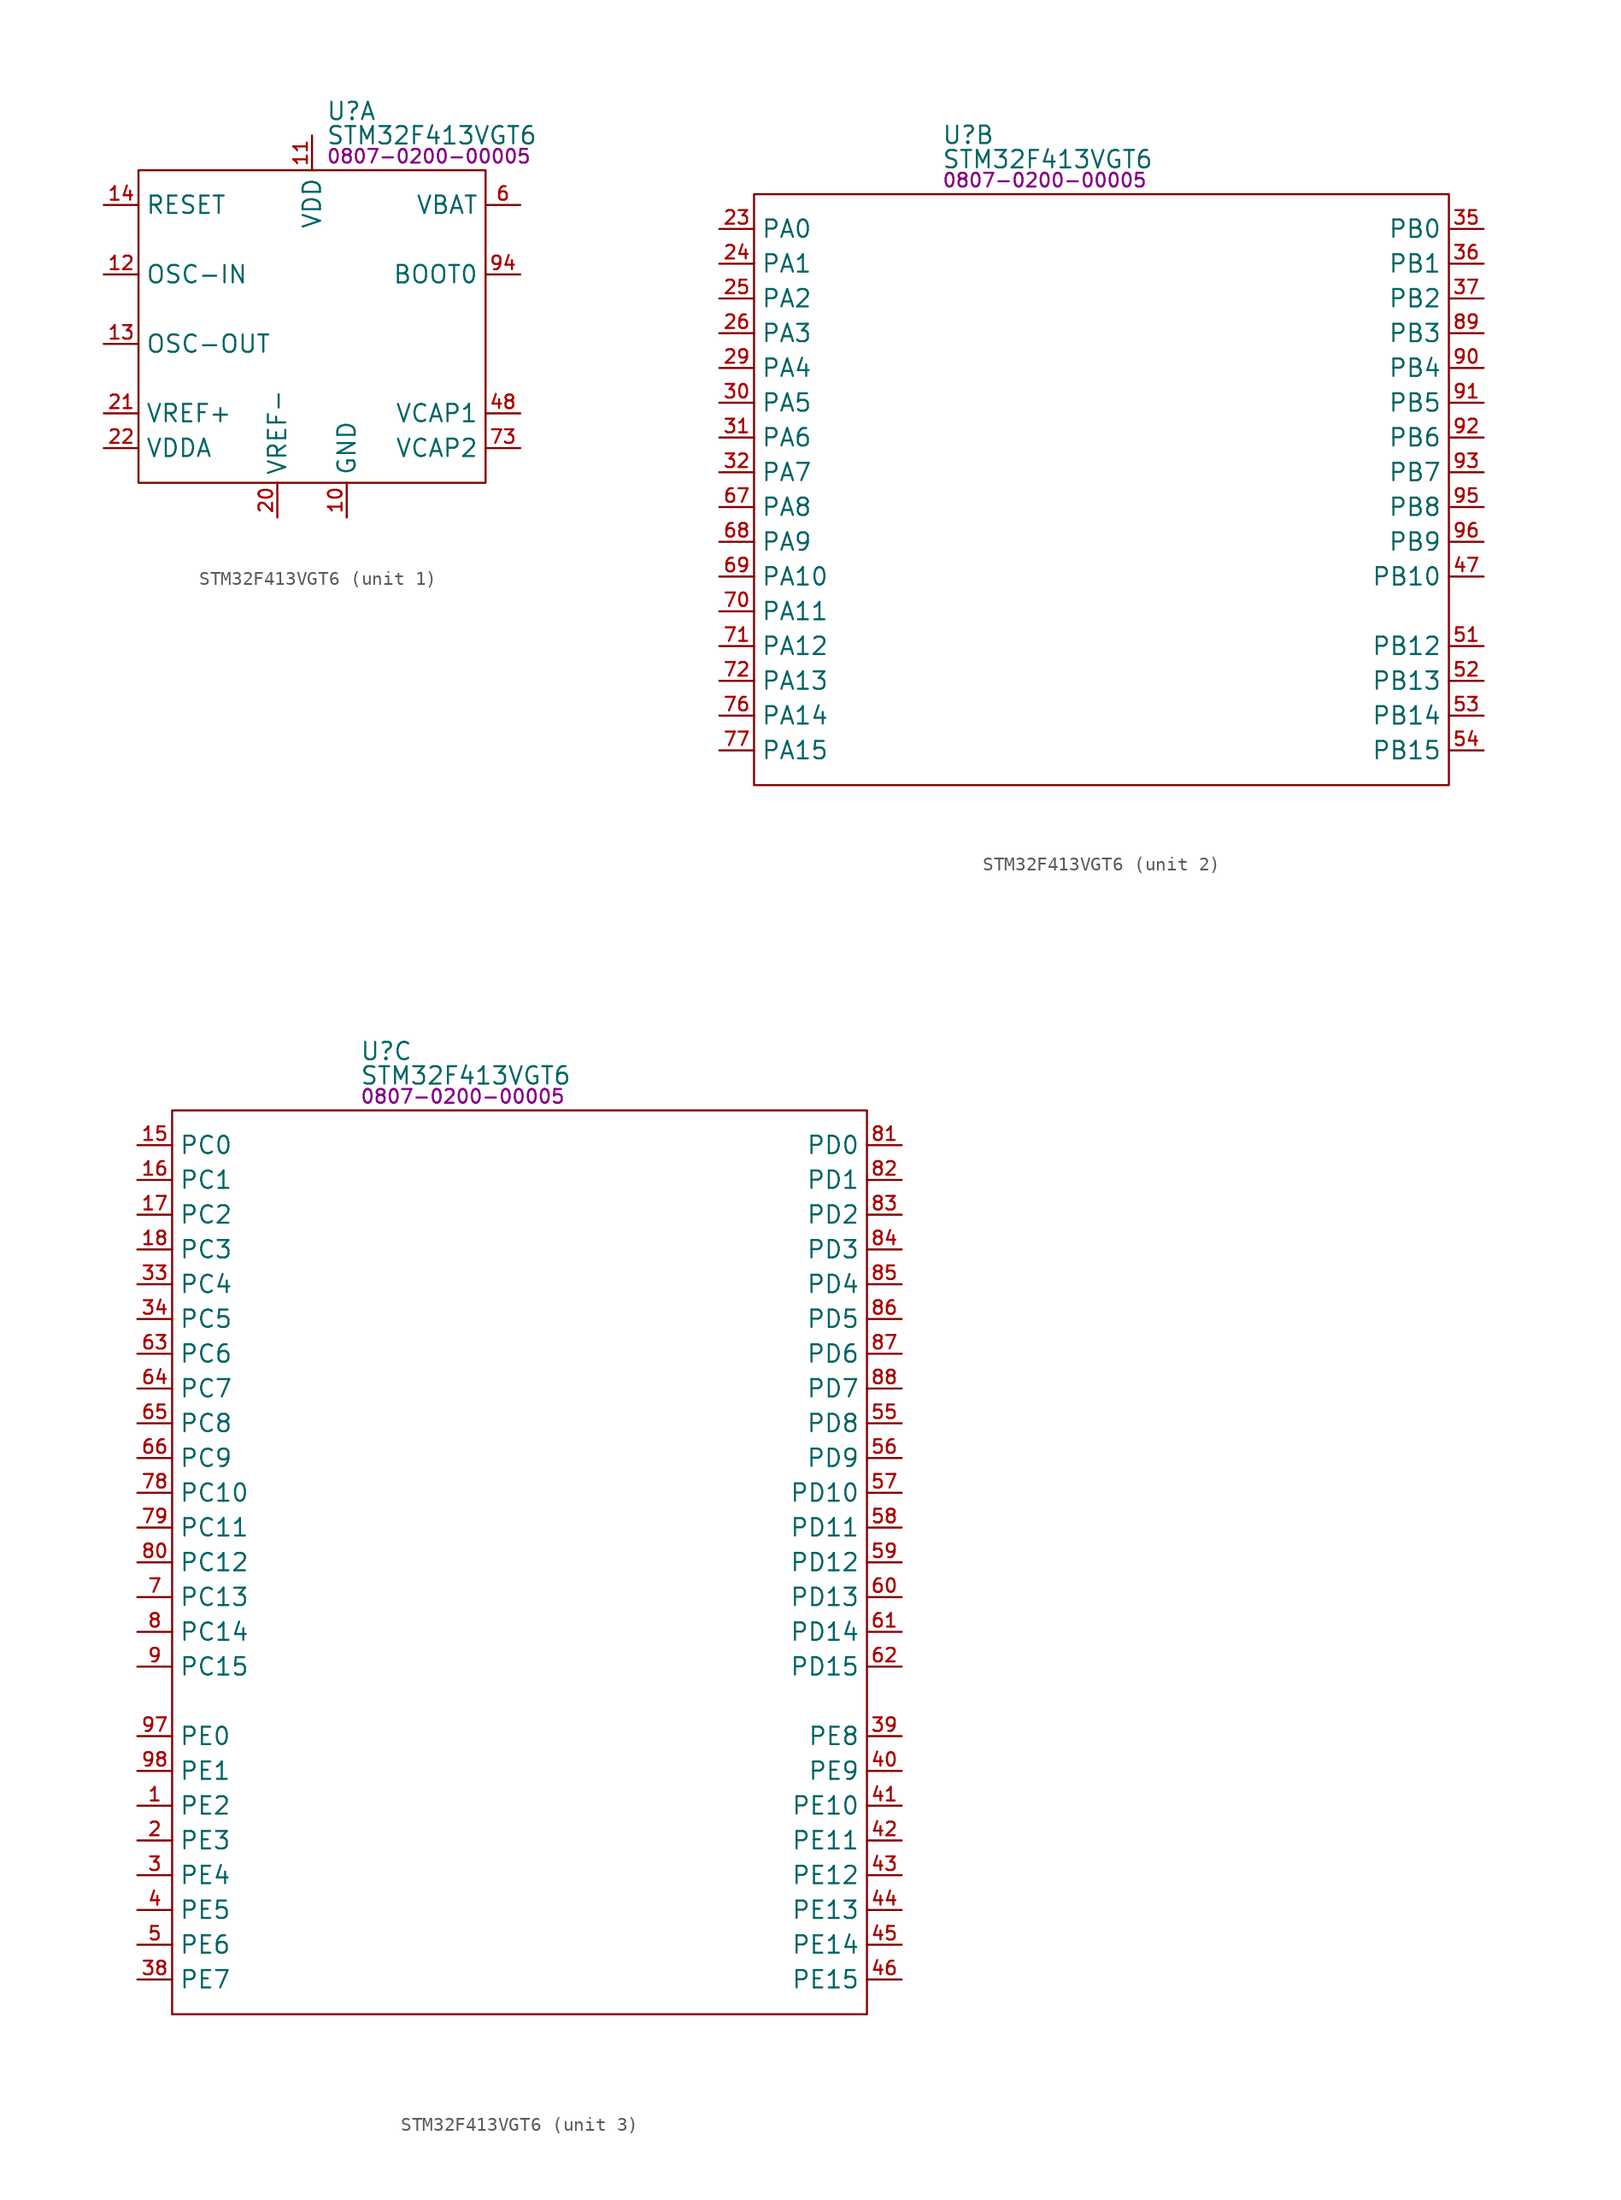
<source format=kicad_sym>
(kicad_symbol_lib
  (version 20231120)
  (generator "kicad_symbol_editor")
  (generator_version "8.0")
  (symbol "STM32F413VGT6"
    (property "Reference" "U"
      (at 13.716 4.318 0)
      (effects (font (size 1.27 1.27)) (justify left)))
    (property "Value" "STM32F413VGT6"
      (at 13.716 2.54 0)
      (effects (font (size 1.27 1.27)) (justify left)))
    (property "PartNumber" "0807-0200-00005"
      (at 13.716 1.016 0)
      (effects (font (size 1 1)) (justify left)))
    (property "ki_locked" ""
      (at 0 0 0)
      (effects (font (size 1.27 1.27))))
    (symbol "STM32F413VGT6_1_0"
      (pin power_in line (at 15.24 -25.4 90) (length 2.54) (name "GND" (effects (font (size 1.27 1.27)))) (number "10" (effects (font (size 0.991 0.991)))))
      (pin power_in line (at 12.7 2.54 270) (length 2.54) hide (name "VDD" (effects (font (size 1.27 1.27)))) (number "100" (effects (font (size 0.991 0.991)))))
      (pin power_in line (at 12.7 2.54 270) (length 2.54) (name "VDD" (effects (font (size 1.27 1.27)))) (number "11" (effects (font (size 0.991 0.991)))))
      (pin input line (at -2.54 -7.62 0) (length 2.54) (name "OSC-IN" (effects (font (size 1.27 1.27)))) (number "12" (effects (font (size 0.991 0.991)))))
      (pin output line (at -2.54 -12.7 0) (length 2.54) (name "OSC-OUT" (effects (font (size 1.27 1.27)))) (number "13" (effects (font (size 0.991 0.991)))))
      (pin input line (at -2.54 -2.54 0) (length 2.54) (name "RESET" (effects (font (size 1.27 1.27)))) (number "14" (effects (font (size 0.991 0.991)))))
      (pin power_in line (at 12.7 2.54 270) (length 2.54) hide (name "VDD" (effects (font (size 1.27 1.27)))) (number "19" (effects (font (size 0.991 0.991)))))
      (pin power_in line (at 10.16 -25.4 90) (length 2.54) (name "VREF-" (effects (font (size 1.27 1.27)))) (number "20" (effects (font (size 0.991 0.991)))))
      (pin power_in line (at -2.54 -17.78 0) (length 2.54) (name "VREF+" (effects (font (size 1.27 1.27)))) (number "21" (effects (font (size 0.991 0.991)))))
      (pin power_in line (at -2.54 -20.32 0) (length 2.54) (name "VDDA" (effects (font (size 1.27 1.27)))) (number "22" (effects (font (size 0.991 0.991)))))
      (pin power_in line (at 15.24 -25.4 90) (length 2.54) hide (name "GND" (effects (font (size 1.27 1.27)))) (number "27" (effects (font (size 0.991 0.991)))))
      (pin power_in line (at 12.7 2.54 270) (length 2.54) hide (name "VDD" (effects (font (size 1.27 1.27)))) (number "28" (effects (font (size 0.991 0.991)))))
      (pin power_out line (at 27.94 -17.78 180) (length 2.54) (name "VCAP1" (effects (font (size 1.27 1.27)))) (number "48" (effects (font (size 0.991 0.991)))))
      (pin power_in line (at 15.24 -25.4 90) (length 2.54) hide (name "GND" (effects (font (size 1.27 1.27)))) (number "49" (effects (font (size 0.991 0.991)))))
      (pin power_in line (at 12.7 2.54 270) (length 2.54) hide (name "VDD" (effects (font (size 1.27 1.27)))) (number "50" (effects (font (size 0.991 0.991)))))
      (pin power_in line (at 27.94 -2.54 180) (length 2.54) (name "VBAT" (effects (font (size 1.27 1.27)))) (number "6" (effects (font (size 0.991 0.991)))))
      (pin power_out line (at 27.94 -20.32 180) (length 2.54) (name "VCAP2" (effects (font (size 1.27 1.27)))) (number "73" (effects (font (size 0.991 0.991)))))
      (pin power_in line (at 15.24 -25.4 90) (length 2.54) hide (name "GND" (effects (font (size 1.27 1.27)))) (number "74" (effects (font (size 0.991 0.991)))))
      (pin power_in line (at 12.7 2.54 270) (length 2.54) hide (name "VDD" (effects (font (size 1.27 1.27)))) (number "75" (effects (font (size 0.991 0.991)))))
      (pin input line (at 27.94 -7.62 180) (length 2.54) (name "BOOT0" (effects (font (size 1.27 1.27)))) (number "94" (effects (font (size 0.991 0.991)))))
      (pin power_in line (at 15.24 -25.4 90) (length 2.54) hide (name "GND" (effects (font (size 1.27 1.27)))) (number "99" (effects (font (size 0.991 0.991))))))
    (symbol "STM32F413VGT6_1_1"
      (rectangle (start 0 0) (end 25.4 -22.86) (stroke (width 0) (type default)) (fill (type none))))
    (symbol "STM32F413VGT6_2_0"
      (pin bidirectional line (at -2.54 -2.54 0) (length 2.54) (name "PA0" (effects (font (size 1.27 1.27)))) (number "23" (effects (font (size 0.991 0.991)))) (alternate "ADC1-IN0" bidirectional line) (alternate "SYS-WKUP1" bidirectional line) (alternate "TIM2-CH1" bidirectional line) (alternate "TIM2-ETR" bidirectional line) (alternate "TIM5-CH1" bidirectional line) (alternate "TIM8-ETR" bidirectional line) (alternate "UART4-TX" bidirectional line) (alternate "USART2-CTS" bidirectional line))
      (pin bidirectional line (at -2.54 -5.08 0) (length 2.54) (name "PA1" (effects (font (size 1.27 1.27)))) (number "24" (effects (font (size 0.991 0.991)))) (alternate "ADC1-IN1" bidirectional line) (alternate "I2S4-SD" bidirectional line) (alternate "QUADSPI-BK1-IO3" bidirectional line) (alternate "SPI4-COPI" bidirectional line) (alternate "TIM2-CH2" bidirectional line) (alternate "TIM5-CH2" bidirectional line) (alternate "UART4-RX" bidirectional line) (alternate "USART2-RTS" bidirectional line))
      (pin bidirectional line (at -2.54 -7.62 0) (length 2.54) (name "PA2" (effects (font (size 1.27 1.27)))) (number "25" (effects (font (size 0.991 0.991)))) (alternate "ADC1-IN2" bidirectional line) (alternate "FSMC-D4" bidirectional line) (alternate "FSMC-DA4" bidirectional line) (alternate "I2S-CKIN" bidirectional line) (alternate "TIM2-CH3" bidirectional line) (alternate "TIM5-CH3" bidirectional line) (alternate "TIM9-CH1" bidirectional line) (alternate "USART2-TX" bidirectional line))
      (pin bidirectional line (at -2.54 -10.16 0) (length 2.54) (name "PA3" (effects (font (size 1.27 1.27)))) (number "26" (effects (font (size 0.991 0.991)))) (alternate "ADC1-IN3" bidirectional line) (alternate "FSMC-D5" bidirectional line) (alternate "FSMC-DA5" bidirectional line) (alternate "I2S2-MCK" bidirectional line) (alternate "SAI1-SD-B" bidirectional line) (alternate "TIM2-CH4" bidirectional line) (alternate "TIM5-CH4" bidirectional line) (alternate "TIM9-CH2" bidirectional line) (alternate "USART2-RX" bidirectional line))
      (pin bidirectional line (at -2.54 -12.7 0) (length 2.54) (name "PA4" (effects (font (size 1.27 1.27)))) (number "29" (effects (font (size 0.991 0.991)))) (alternate "ADC1-IN4" bidirectional line) (alternate "DAC-OUT1" bidirectional line) (alternate "DFSDM1-DATIN1" bidirectional line) (alternate "FSMC-D6" bidirectional line) (alternate "FSMC-DA6" bidirectional line) (alternate "I2S1-WS" bidirectional line) (alternate "I2S3-WS" bidirectional line) (alternate "SPI1-S\\S\\" bidirectional line) (alternate "SPI3-S\\S\\" bidirectional line) (alternate "USART2-CK" bidirectional line))
      (pin bidirectional line (at -2.54 -15.24 0) (length 2.54) (name "PA5" (effects (font (size 1.27 1.27)))) (number "30" (effects (font (size 0.991 0.991)))) (alternate "ADC1-IN5" bidirectional line) (alternate "DAC-OUT2" bidirectional line) (alternate "DFSDM1-CKIN1" bidirectional line) (alternate "FSMC-D7" bidirectional line) (alternate "FSMC-DA7" bidirectional line) (alternate "I2S1-CK" bidirectional line) (alternate "SPI1-SCK" bidirectional line) (alternate "TIM2-CH1" bidirectional line) (alternate "TIM2-ETR" bidirectional line) (alternate "TIM8-CH1N" bidirectional line))
      (pin bidirectional line (at -2.54 -17.78 0) (length 2.54) (name "PA6" (effects (font (size 1.27 1.27)))) (number "31" (effects (font (size 0.991 0.991)))) (alternate "ADC1-IN6" bidirectional line) (alternate "DFSDM2-CKIN1" bidirectional line) (alternate "I2S2-MCK" bidirectional line) (alternate "QUADSPI-BK2-IO0" bidirectional line) (alternate "SDIO-CMD" bidirectional line) (alternate "SPI1-CIPO" bidirectional line) (alternate "TIM1-BKIN" bidirectional line) (alternate "TIM13-CH1" bidirectional line) (alternate "TIM3-CH1" bidirectional line) (alternate "TIM8-BKIN" bidirectional line))
      (pin bidirectional line (at -2.54 -20.32 0) (length 2.54) (name "PA7" (effects (font (size 1.27 1.27)))) (number "32" (effects (font (size 0.991 0.991)))) (alternate "ADC1-IN7" bidirectional line) (alternate "DFSDM2-DATIN1" bidirectional line) (alternate "I2S1-SD" bidirectional line) (alternate "QUADSPI-BK2-IO1" bidirectional line) (alternate "SPI1-COPI" bidirectional line) (alternate "TIM1-CH1N" bidirectional line) (alternate "TIM14-CH1" bidirectional line) (alternate "TIM3-CH2" bidirectional line) (alternate "TIM8-CH1N" bidirectional line))
      (pin bidirectional line (at 53.34 -2.54 180) (length 2.54) (name "PB0" (effects (font (size 1.27 1.27)))) (number "35" (effects (font (size 0.991 0.991)))) (alternate "ADC1-IN8" bidirectional line) (alternate "I2S5-CK" bidirectional line) (alternate "SPI5-SCK" bidirectional line) (alternate "TIM1-CH2N" bidirectional line) (alternate "TIM3-CH3" bidirectional line) (alternate "TIM8-CH2N" bidirectional line))
      (pin bidirectional line (at 53.34 -5.08 180) (length 2.54) (name "PB1" (effects (font (size 1.27 1.27)))) (number "36" (effects (font (size 0.991 0.991)))) (alternate "ADC1-IN9" bidirectional line) (alternate "DFSDM1-DATIN0" bidirectional line) (alternate "I2S5-WS" bidirectional line) (alternate "QUADSPI-CLK" bidirectional line) (alternate "SPI5-S\\S\\" bidirectional line) (alternate "TIM1-CH3N" bidirectional line) (alternate "TIM3-CH4" bidirectional line) (alternate "TIM8-CH3N" bidirectional line))
      (pin bidirectional line (at 53.34 -7.62 180) (length 2.54) (name "PB2" (effects (font (size 1.27 1.27)))) (number "37" (effects (font (size 0.991 0.991)))) (alternate "DFSDM1-CKIN0" bidirectional line) (alternate "LPTIM1-OUT" bidirectional line) (alternate "QUADSPI-CLK" bidirectional line))
      (pin bidirectional line (at 53.34 -27.94 180) (length 2.54) (name "PB10" (effects (font (size 1.27 1.27)))) (number "47" (effects (font (size 0.991 0.991)))) (alternate "DFSDM2-CKOUT" bidirectional line) (alternate "FMPI2C1-SCL" bidirectional line) (alternate "I2C2-SCL" bidirectional line) (alternate "I2S2-CK" bidirectional line) (alternate "I2S3-MCK" bidirectional line) (alternate "SDIO-D7" bidirectional line) (alternate "SPI2-SCK" bidirectional line) (alternate "TIM2-CH3" bidirectional line) (alternate "USART3-TX" bidirectional line))
      (pin bidirectional line (at 53.34 -33.02 180) (length 2.54) (name "PB12" (effects (font (size 1.27 1.27)))) (number "51" (effects (font (size 0.991 0.991)))) (alternate "CAN2-RX" bidirectional line) (alternate "DFSDM1-DATIN1" bidirectional line) (alternate "FSMC-D13" bidirectional line) (alternate "FSMC-DA13" bidirectional line) (alternate "I2C2-SMBA" bidirectional line) (alternate "I2S2-WS" bidirectional line) (alternate "I2S3-CK" bidirectional line) (alternate "I2S4-WS" bidirectional line) (alternate "SPI2-S\\S\\" bidirectional line) (alternate "SPI3-SCK" bidirectional line) (alternate "SPI4-S\\S\\" bidirectional line) (alternate "TIM1-BKIN" bidirectional line) (alternate "UART5-RX" bidirectional line) (alternate "USART3-CK" bidirectional line))
      (pin bidirectional line (at 53.34 -35.56 180) (length 2.54) (name "PB13" (effects (font (size 1.27 1.27)))) (number "52" (effects (font (size 0.991 0.991)))) (alternate "CAN2-TX" bidirectional line) (alternate "DFSDM1-CKIN1" bidirectional line) (alternate "FMPI2C1-SMBA" bidirectional line) (alternate "I2S2-CK" bidirectional line) (alternate "I2S4-CK" bidirectional line) (alternate "SPI2-SCK" bidirectional line) (alternate "SPI4-SCK" bidirectional line) (alternate "TIM1-CH1N" bidirectional line) (alternate "UART5-TX" bidirectional line) (alternate "USART3-CTS" bidirectional line))
      (pin bidirectional line (at 53.34 -38.1 180) (length 2.54) (name "PB14" (effects (font (size 1.27 1.27)))) (number "53" (effects (font (size 0.991 0.991)))) (alternate "DFSDM1-DATIN2" bidirectional line) (alternate "FMPI2C1-SDA" bidirectional line) (alternate "FSMC-D0" bidirectional line) (alternate "FSMC-DA0" bidirectional line) (alternate "I2S2-ext-SD" bidirectional line) (alternate "SDIO-D6" bidirectional line) (alternate "SPI2-CIPO" bidirectional line) (alternate "TIM1-CH2N" bidirectional line) (alternate "TIM12-CH1" bidirectional line) (alternate "TIM8-CH2N" bidirectional line) (alternate "USART3-RTS" bidirectional line))
      (pin bidirectional line (at 53.34 -40.64 180) (length 2.54) (name "PB15" (effects (font (size 1.27 1.27)))) (number "54" (effects (font (size 0.991 0.991)))) (alternate "ADC1-EXTI15" bidirectional line) (alternate "DFSDM1-CKIN2" bidirectional line) (alternate "FMPI2C1-SCL" bidirectional line) (alternate "I2S2-SD" bidirectional line) (alternate "RTC-REFIN" bidirectional line) (alternate "SDIO-CK" bidirectional line) (alternate "SPI2-COPI" bidirectional line) (alternate "TIM1-CH3N" bidirectional line) (alternate "TIM12-CH2" bidirectional line) (alternate "TIM8-CH3N" bidirectional line))
      (pin bidirectional line (at -2.54 -22.86 0) (length 2.54) (name "PA8" (effects (font (size 1.27 1.27)))) (number "67" (effects (font (size 0.991 0.991)))) (alternate "CAN3-RX" bidirectional line) (alternate "DFSDM1-CKOUT" bidirectional line) (alternate "I2C3-SCL" bidirectional line) (alternate "RCC-MCO-1" bidirectional line) (alternate "SDIO-D1" bidirectional line) (alternate "TIM1-CH1" bidirectional line) (alternate "UART7-RX" bidirectional line) (alternate "USART1-CK" bidirectional line) (alternate "USB-OTG-FS-SOF" bidirectional line))
      (pin bidirectional line (at -2.54 -25.4 0) (length 2.54) (name "PA9" (effects (font (size 1.27 1.27)))) (number "68" (effects (font (size 0.991 0.991)))) (alternate "DAC-EXTI9" bidirectional line) (alternate "DFSDM2-CKIN3" bidirectional line) (alternate "I2C3-SMBA" bidirectional line) (alternate "I2S2-CK" bidirectional line) (alternate "SDIO-D2" bidirectional line) (alternate "SPI2-SCK" bidirectional line) (alternate "TIM1-CH2" bidirectional line) (alternate "USART1-TX" bidirectional line) (alternate "USB-OTG-FS-VBUS" bidirectional line))
      (pin bidirectional line (at -2.54 -27.94 0) (length 2.54) (name "PA10" (effects (font (size 1.27 1.27)))) (number "69" (effects (font (size 0.991 0.991)))) (alternate "DFSDM2-DATIN3" bidirectional line) (alternate "I2S2-SD" bidirectional line) (alternate "I2S5-SD" bidirectional line) (alternate "SPI2-COPI" bidirectional line) (alternate "SPI5-COPI" bidirectional line) (alternate "TIM1-CH3" bidirectional line) (alternate "USART1-RX" bidirectional line) (alternate "USB-OTG-FS-ID" bidirectional line))
      (pin bidirectional line (at -2.54 -30.48 0) (length 2.54) (name "PA11" (effects (font (size 1.27 1.27)))) (number "70" (effects (font (size 0.991 0.991)))) (alternate "ADC1-EXTI11" bidirectional line) (alternate "CAN1-RX" bidirectional line) (alternate "DFSDM2-CKIN5" bidirectional line) (alternate "I2S2-WS" bidirectional line) (alternate "SPI2-S\\S\\" bidirectional line) (alternate "SPI4-CIPO" bidirectional line) (alternate "TIM1-CH4" bidirectional line) (alternate "UART4-RX" bidirectional line) (alternate "USART1-CTS" bidirectional line) (alternate "USART6-TX" bidirectional line) (alternate "USB-OTG-FS-D-" bidirectional line))
      (pin bidirectional line (at -2.54 -33.02 0) (length 2.54) (name "PA12" (effects (font (size 1.27 1.27)))) (number "71" (effects (font (size 0.991 0.991)))) (alternate "CAN1-TX" bidirectional line) (alternate "DFSDM2-DATIN5" bidirectional line) (alternate "SPI2-CIPO" bidirectional line) (alternate "SPI5-CIPO" bidirectional line) (alternate "TIM1-ETR" bidirectional line) (alternate "UART4-TX" bidirectional line) (alternate "USART1-RTS" bidirectional line) (alternate "USART6-RX" bidirectional line) (alternate "USB-OTG-FS-D+" bidirectional line))
      (pin bidirectional line (at -2.54 -35.56 0) (length 2.54) (name "PA13" (effects (font (size 1.27 1.27)))) (number "72" (effects (font (size 0.991 0.991)))) (alternate "SWDIO" bidirectional line) (alternate "SYS-JTMS" bidirectional line))
      (pin bidirectional line (at -2.54 -38.1 0) (length 2.54) (name "PA14" (effects (font (size 1.27 1.27)))) (number "76" (effects (font (size 0.991 0.991)))) (alternate "SWCLK" bidirectional line) (alternate "SYS-JTCK" bidirectional line))
      (pin bidirectional line (at -2.54 -40.64 0) (length 2.54) (name "PA15" (effects (font (size 1.27 1.27)))) (number "77" (effects (font (size 0.991 0.991)))) (alternate "ADC1-EXTI15" bidirectional line) (alternate "CAN3-TX" bidirectional line) (alternate "I2S1-WS" bidirectional line) (alternate "I2S3-WS" bidirectional line) (alternate "SAI1-MCLK-A" bidirectional line) (alternate "SPI1-S\\S\\" bidirectional line) (alternate "SPI3-S\\S\\" bidirectional line) (alternate "SYS-JTDI" bidirectional line) (alternate "TIM2-CH1" bidirectional line) (alternate "TIM2-ETR" bidirectional line) (alternate "UART7-TX" bidirectional line) (alternate "USART1-TX" bidirectional line))
      (pin bidirectional line (at 53.34 -10.16 180) (length 2.54) (name "PB3" (effects (font (size 1.27 1.27)))) (number "89" (effects (font (size 0.991 0.991)))) (alternate "CAN3-RX" bidirectional line) (alternate "FMPI2C1-SDA" bidirectional line) (alternate "I2C2-SDA" bidirectional line) (alternate "I2S1-CK" bidirectional line) (alternate "I2S3-CK" bidirectional line) (alternate "SAI1-SD-A" bidirectional line) (alternate "SPI1-SCK" bidirectional line) (alternate "SPI3-SCK" bidirectional line) (alternate "SWO" bidirectional line) (alternate "SYS-JTDO" bidirectional line) (alternate "TIM2-CH2" bidirectional line) (alternate "UART7-RX" bidirectional line) (alternate "USART1-RX" bidirectional line))
      (pin bidirectional line (at 53.34 -12.7 180) (length 2.54) (name "PB4" (effects (font (size 1.27 1.27)))) (number "90" (effects (font (size 0.991 0.991)))) (alternate "CAN3-TX" bidirectional line) (alternate "I2C3-SDA" bidirectional line) (alternate "I2S3-ext-SD" bidirectional line) (alternate "SAI1-SCK-A" bidirectional line) (alternate "SDIO-D0" bidirectional line) (alternate "SPI1-CIPO" bidirectional line) (alternate "SPI3-CIPO" bidirectional line) (alternate "SYS-JTRST" bidirectional line) (alternate "TIM3-CH1" bidirectional line) (alternate "UART7-TX" bidirectional line))
      (pin bidirectional line (at 53.34 -15.24 180) (length 2.54) (name "PB5" (effects (font (size 1.27 1.27)))) (number "91" (effects (font (size 0.991 0.991)))) (alternate "CAN2-RX" bidirectional line) (alternate "I2C1-SMBA" bidirectional line) (alternate "I2S1-SD" bidirectional line) (alternate "I2S3-SD" bidirectional line) (alternate "LPTIM1-IN1" bidirectional line) (alternate "SAI1-FS-A" bidirectional line) (alternate "SDIO-D3" bidirectional line) (alternate "SPI1-COPI" bidirectional line) (alternate "SPI3-COPI" bidirectional line) (alternate "TIM3-CH2" bidirectional line) (alternate "UART5-RX" bidirectional line))
      (pin bidirectional line (at 53.34 -17.78 180) (length 2.54) (name "PB6" (effects (font (size 1.27 1.27)))) (number "92" (effects (font (size 0.991 0.991)))) (alternate "CAN2-TX" bidirectional line) (alternate "DFSDM2-CKIN7" bidirectional line) (alternate "I2C1-SCL" bidirectional line) (alternate "LPTIM1-ETR" bidirectional line) (alternate "QUADSPI-BK1-NCS" bidirectional line) (alternate "SDIO-D0" bidirectional line) (alternate "TIM4-CH1" bidirectional line) (alternate "UART5-TX" bidirectional line) (alternate "USART1-TX" bidirectional line))
      (pin bidirectional line (at 53.34 -20.32 180) (length 2.54) (name "PB7" (effects (font (size 1.27 1.27)))) (number "93" (effects (font (size 0.991 0.991)))) (alternate "DFSDM2-DATIN7" bidirectional line) (alternate "FSMC-NL" bidirectional line) (alternate "I2C1-SDA" bidirectional line) (alternate "LPTIM1-IN2" bidirectional line) (alternate "TIM4-CH2" bidirectional line) (alternate "USART1-RX" bidirectional line))
      (pin bidirectional line (at 53.34 -22.86 180) (length 2.54) (name "PB8" (effects (font (size 1.27 1.27)))) (number "95" (effects (font (size 0.991 0.991)))) (alternate "CAN1-RX" bidirectional line) (alternate "DFSDM2-CKIN1" bidirectional line) (alternate "I2C1-SCL" bidirectional line) (alternate "I2C3-SDA" bidirectional line) (alternate "I2S5-SD" bidirectional line) (alternate "LPTIM1-OUT" bidirectional line) (alternate "SDIO-D4" bidirectional line) (alternate "SPI5-COPI" bidirectional line) (alternate "TIM10-CH1" bidirectional line) (alternate "TIM4-CH3" bidirectional line) (alternate "UART5-RX" bidirectional line))
      (pin bidirectional line (at 53.34 -25.4 180) (length 2.54) (name "PB9" (effects (font (size 1.27 1.27)))) (number "96" (effects (font (size 0.991 0.991)))) (alternate "CAN1-TX" bidirectional line) (alternate "DAC-EXTI9" bidirectional line) (alternate "DFSDM2-DATIN1" bidirectional line) (alternate "I2C1-SDA" bidirectional line) (alternate "I2C2-SDA" bidirectional line) (alternate "I2S2-WS" bidirectional line) (alternate "SDIO-D5" bidirectional line) (alternate "SPI2-S\\S\\" bidirectional line) (alternate "TIM11-CH1" bidirectional line) (alternate "TIM4-CH4" bidirectional line) (alternate "UART5-TX" bidirectional line)))
    (symbol "STM32F413VGT6_2_1"
      (rectangle (start 0 0) (end 50.8 -43.18) (stroke (width 0) (type default)) (fill (type none))))
    (symbol "STM32F413VGT6_3_0"
      (pin bidirectional line (at -2.54 -50.8 0) (length 2.54) (name "PE2" (effects (font (size 1.27 1.27)))) (number "1" (effects (font (size 0.991 0.991)))) (alternate "FSMC-A23" bidirectional line) (alternate "I2S4-CK" bidirectional line) (alternate "I2S5-CK" bidirectional line) (alternate "QUADSPI-BK1-IO2" bidirectional line) (alternate "SAI1-MCLK-A" bidirectional line) (alternate "SPI4-SCK" bidirectional line) (alternate "SPI5-SCK" bidirectional line) (alternate "SYS-TRACECLK" bidirectional line) (alternate "UART10-RX" bidirectional line))
      (pin bidirectional line (at -2.54 -2.54 0) (length 2.54) (name "PC0" (effects (font (size 1.27 1.27)))) (number "15" (effects (font (size 0.991 0.991)))) (alternate "ADC1-IN10" bidirectional line) (alternate "DFSDM2-CKIN4" bidirectional line) (alternate "LPTIM1-IN1" bidirectional line) (alternate "SAI1-MCLK-B" bidirectional line) (alternate "SYS-WKUP2" bidirectional line))
      (pin bidirectional line (at -2.54 -5.08 0) (length 2.54) (name "PC1" (effects (font (size 1.27 1.27)))) (number "16" (effects (font (size 0.991 0.991)))) (alternate "ADC1-IN11" bidirectional line) (alternate "DFSDM2-DATIN4" bidirectional line) (alternate "LPTIM1-OUT" bidirectional line) (alternate "SAI1-SD-B" bidirectional line) (alternate "SYS-WKUP3" bidirectional line))
      (pin bidirectional line (at -2.54 -7.62 0) (length 2.54) (name "PC2" (effects (font (size 1.27 1.27)))) (number "17" (effects (font (size 0.991 0.991)))) (alternate "ADC1-IN12" bidirectional line) (alternate "DFSDM1-CKOUT" bidirectional line) (alternate "DFSDM2-DATIN7" bidirectional line) (alternate "FSMC-NWE" bidirectional line) (alternate "I2S2-ext-SD" bidirectional line) (alternate "LPTIM1-IN2" bidirectional line) (alternate "SAI1-SCK-B" bidirectional line) (alternate "SPI2-CIPO" bidirectional line))
      (pin bidirectional line (at -2.54 -10.16 0) (length 2.54) (name "PC3" (effects (font (size 1.27 1.27)))) (number "18" (effects (font (size 0.991 0.991)))) (alternate "ADC1-IN13" bidirectional line) (alternate "DFSDM2-CKIN7" bidirectional line) (alternate "FSMC-A0" bidirectional line) (alternate "I2S2-SD" bidirectional line) (alternate "LPTIM1-ETR" bidirectional line) (alternate "SAI1-FS-B" bidirectional line) (alternate "SPI2-COPI" bidirectional line))
      (pin bidirectional line (at -2.54 -53.34 0) (length 2.54) (name "PE3" (effects (font (size 1.27 1.27)))) (number "2" (effects (font (size 0.991 0.991)))) (alternate "FSMC-A19" bidirectional line) (alternate "SAI1-SD-B" bidirectional line) (alternate "SYS-TRACED0" bidirectional line) (alternate "UART10-TX" bidirectional line))
      (pin bidirectional line (at -2.54 -55.88 0) (length 2.54) (name "PE4" (effects (font (size 1.27 1.27)))) (number "3" (effects (font (size 0.991 0.991)))) (alternate "DFSDM1-DATIN3" bidirectional line) (alternate "FSMC-A20" bidirectional line) (alternate "I2S4-WS" bidirectional line) (alternate "I2S5-WS" bidirectional line) (alternate "SAI1-SD-A" bidirectional line) (alternate "SPI4-S\\S\\" bidirectional line) (alternate "SPI5-S\\S\\" bidirectional line) (alternate "SYS-TRACED1" bidirectional line))
      (pin bidirectional line (at -2.54 -12.7 0) (length 2.54) (name "PC4" (effects (font (size 1.27 1.27)))) (number "33" (effects (font (size 0.991 0.991)))) (alternate "ADC1-IN14" bidirectional line) (alternate "DFSDM2-CKIN2" bidirectional line) (alternate "FSMC-NE4" bidirectional line) (alternate "I2S1-MCK" bidirectional line) (alternate "QUADSPI-BK2-IO2" bidirectional line))
      (pin bidirectional line (at -2.54 -15.24 0) (length 2.54) (name "PC5" (effects (font (size 1.27 1.27)))) (number "34" (effects (font (size 0.991 0.991)))) (alternate "ADC1-IN15" bidirectional line) (alternate "DFSDM2-DATIN2" bidirectional line) (alternate "FMPI2C1-SMBA" bidirectional line) (alternate "FSMC-NOE" bidirectional line) (alternate "QUADSPI-BK2-IO3" bidirectional line) (alternate "USART3-RX" bidirectional line))
      (pin bidirectional line (at -2.54 -63.5 0) (length 2.54) (name "PE7" (effects (font (size 1.27 1.27)))) (number "38" (effects (font (size 0.991 0.991)))) (alternate "DFSDM1-DATIN2" bidirectional line) (alternate "FSMC-D4" bidirectional line) (alternate "FSMC-DA4" bidirectional line) (alternate "QUADSPI-BK2-IO0" bidirectional line) (alternate "TIM1-ETR" bidirectional line) (alternate "UART7-RX" bidirectional line))
      (pin bidirectional line (at 53.34 -45.72 180) (length 2.54) (name "PE8" (effects (font (size 1.27 1.27)))) (number "39" (effects (font (size 0.991 0.991)))) (alternate "DFSDM1-CKIN2" bidirectional line) (alternate "FSMC-D5" bidirectional line) (alternate "FSMC-DA5" bidirectional line) (alternate "QUADSPI-BK2-IO1" bidirectional line) (alternate "TIM1-CH1N" bidirectional line) (alternate "UART7-TX" bidirectional line))
      (pin bidirectional line (at -2.54 -58.42 0) (length 2.54) (name "PE5" (effects (font (size 1.27 1.27)))) (number "4" (effects (font (size 0.991 0.991)))) (alternate "DFSDM1-CKIN3" bidirectional line) (alternate "FSMC-A21" bidirectional line) (alternate "SAI1-SCK-A" bidirectional line) (alternate "SPI4-CIPO" bidirectional line) (alternate "SPI5-CIPO" bidirectional line) (alternate "SYS-TRACED2" bidirectional line) (alternate "TIM9-CH1" bidirectional line))
      (pin bidirectional line (at 53.34 -48.26 180) (length 2.54) (name "PE9" (effects (font (size 1.27 1.27)))) (number "40" (effects (font (size 0.991 0.991)))) (alternate "DAC-EXTI9" bidirectional line) (alternate "DFSDM1-CKOUT" bidirectional line) (alternate "FSMC-D6" bidirectional line) (alternate "FSMC-DA6" bidirectional line) (alternate "QUADSPI-BK2-IO2" bidirectional line) (alternate "TIM1-CH1" bidirectional line))
      (pin bidirectional line (at 53.34 -50.8 180) (length 2.54) (name "PE10" (effects (font (size 1.27 1.27)))) (number "41" (effects (font (size 0.991 0.991)))) (alternate "DFSDM2-DATIN0" bidirectional line) (alternate "FSMC-D7" bidirectional line) (alternate "FSMC-DA7" bidirectional line) (alternate "QUADSPI-BK2-IO3" bidirectional line) (alternate "TIM1-CH2N" bidirectional line))
      (pin bidirectional line (at 53.34 -53.34 180) (length 2.54) (name "PE11" (effects (font (size 1.27 1.27)))) (number "42" (effects (font (size 0.991 0.991)))) (alternate "ADC1-EXTI11" bidirectional line) (alternate "DFSDM2-CKIN0" bidirectional line) (alternate "FSMC-D8" bidirectional line) (alternate "FSMC-DA8" bidirectional line) (alternate "I2S4-WS" bidirectional line) (alternate "I2S5-WS" bidirectional line) (alternate "SPI4-S\\S\\" bidirectional line) (alternate "SPI5-S\\S\\" bidirectional line) (alternate "TIM1-CH2" bidirectional line))
      (pin bidirectional line (at 53.34 -55.88 180) (length 2.54) (name "PE12" (effects (font (size 1.27 1.27)))) (number "43" (effects (font (size 0.991 0.991)))) (alternate "DFSDM2-DATIN7" bidirectional line) (alternate "FSMC-D9" bidirectional line) (alternate "FSMC-DA9" bidirectional line) (alternate "I2S4-CK" bidirectional line) (alternate "I2S5-CK" bidirectional line) (alternate "SPI4-SCK" bidirectional line) (alternate "SPI5-SCK" bidirectional line) (alternate "TIM1-CH3N" bidirectional line))
      (pin bidirectional line (at 53.34 -58.42 180) (length 2.54) (name "PE13" (effects (font (size 1.27 1.27)))) (number "44" (effects (font (size 0.991 0.991)))) (alternate "DFSDM2-CKIN7" bidirectional line) (alternate "FSMC-D10" bidirectional line) (alternate "FSMC-DA10" bidirectional line) (alternate "SPI4-CIPO" bidirectional line) (alternate "SPI5-CIPO" bidirectional line) (alternate "TIM1-CH3" bidirectional line))
      (pin bidirectional line (at 53.34 -60.96 180) (length 2.54) (name "PE14" (effects (font (size 1.27 1.27)))) (number "45" (effects (font (size 0.991 0.991)))) (alternate "DFSDM2-DATIN1" bidirectional line) (alternate "FSMC-D11" bidirectional line) (alternate "FSMC-DA11" bidirectional line) (alternate "I2S4-SD" bidirectional line) (alternate "I2S5-SD" bidirectional line) (alternate "SPI4-COPI" bidirectional line) (alternate "SPI5-COPI" bidirectional line) (alternate "TIM1-CH4" bidirectional line))
      (pin bidirectional line (at 53.34 -63.5 180) (length 2.54) (name "PE15" (effects (font (size 1.27 1.27)))) (number "46" (effects (font (size 0.991 0.991)))) (alternate "ADC1-EXTI15" bidirectional line) (alternate "DFSDM2-CKIN1" bidirectional line) (alternate "FSMC-D12" bidirectional line) (alternate "FSMC-DA12" bidirectional line) (alternate "TIM1-BKIN" bidirectional line))
      (pin bidirectional line (at -2.54 -60.96 0) (length 2.54) (name "PE6" (effects (font (size 1.27 1.27)))) (number "5" (effects (font (size 0.991 0.991)))) (alternate "FSMC-A22" bidirectional line) (alternate "I2S4-SD" bidirectional line) (alternate "I2S5-SD" bidirectional line) (alternate "SAI1-FS-A" bidirectional line) (alternate "SPI4-COPI" bidirectional line) (alternate "SPI5-COPI" bidirectional line) (alternate "SYS-TRACED3" bidirectional line) (alternate "TIM9-CH2" bidirectional line))
      (pin bidirectional line (at 53.34 -22.86 180) (length 2.54) (name "PD8" (effects (font (size 1.27 1.27)))) (number "55" (effects (font (size 0.991 0.991)))) (alternate "FSMC-D13" bidirectional line) (alternate "FSMC-DA13" bidirectional line) (alternate "USART3-TX" bidirectional line))
      (pin bidirectional line (at 53.34 -25.4 180) (length 2.54) (name "PD9" (effects (font (size 1.27 1.27)))) (number "56" (effects (font (size 0.991 0.991)))) (alternate "DAC-EXTI9" bidirectional line) (alternate "FSMC-D14" bidirectional line) (alternate "FSMC-DA14" bidirectional line) (alternate "USART3-RX" bidirectional line))
      (pin bidirectional line (at 53.34 -27.94 180) (length 2.54) (name "PD10" (effects (font (size 1.27 1.27)))) (number "57" (effects (font (size 0.991 0.991)))) (alternate "FSMC-D15" bidirectional line) (alternate "FSMC-DA15" bidirectional line) (alternate "UART4-TX" bidirectional line) (alternate "USART3-CK" bidirectional line))
      (pin bidirectional line (at 53.34 -30.48 180) (length 2.54) (name "PD11" (effects (font (size 1.27 1.27)))) (number "58" (effects (font (size 0.991 0.991)))) (alternate "ADC1-EXTI11" bidirectional line) (alternate "DFSDM2-DATIN2" bidirectional line) (alternate "FMPI2C1-SMBA" bidirectional line) (alternate "FSMC-A16" bidirectional line) (alternate "QUADSPI-BK1-IO0" bidirectional line) (alternate "USART3-CTS" bidirectional line))
      (pin bidirectional line (at 53.34 -33.02 180) (length 2.54) (name "PD12" (effects (font (size 1.27 1.27)))) (number "59" (effects (font (size 0.991 0.991)))) (alternate "DFSDM2-CKIN2" bidirectional line) (alternate "FMPI2C1-SCL" bidirectional line) (alternate "FSMC-A17" bidirectional line) (alternate "QUADSPI-BK1-IO1" bidirectional line) (alternate "TIM4-CH1" bidirectional line) (alternate "USART3-RTS" bidirectional line))
      (pin bidirectional line (at 53.34 -35.56 180) (length 2.54) (name "PD13" (effects (font (size 1.27 1.27)))) (number "60" (effects (font (size 0.991 0.991)))) (alternate "FMPI2C1-SDA" bidirectional line) (alternate "FSMC-A18" bidirectional line) (alternate "QUADSPI-BK1-IO3" bidirectional line) (alternate "TIM4-CH2" bidirectional line))
      (pin bidirectional line (at 53.34 -38.1 180) (length 2.54) (name "PD14" (effects (font (size 1.27 1.27)))) (number "61" (effects (font (size 0.991 0.991)))) (alternate "DFSDM2-CKIN0" bidirectional line) (alternate "FMPI2C1-SCL" bidirectional line) (alternate "FSMC-D0" bidirectional line) (alternate "FSMC-DA0" bidirectional line) (alternate "TIM4-CH3" bidirectional line) (alternate "UART9-RX" bidirectional line))
      (pin bidirectional line (at 53.34 -40.64 180) (length 2.54) (name "PD15" (effects (font (size 1.27 1.27)))) (number "62" (effects (font (size 0.991 0.991)))) (alternate "ADC1-EXTI15" bidirectional line) (alternate "DFSDM2-DATIN0" bidirectional line) (alternate "FMPI2C1-SDA" bidirectional line) (alternate "FSMC-D1" bidirectional line) (alternate "FSMC-DA1" bidirectional line) (alternate "TIM4-CH4" bidirectional line) (alternate "UART9-TX" bidirectional line))
      (pin bidirectional line (at -2.54 -17.78 0) (length 2.54) (name "PC6" (effects (font (size 1.27 1.27)))) (number "63" (effects (font (size 0.991 0.991)))) (alternate "DFSDM1-CKIN3" bidirectional line) (alternate "DFSDM2-DATIN6" bidirectional line) (alternate "FMPI2C1-SCL" bidirectional line) (alternate "FSMC-D1" bidirectional line) (alternate "FSMC-DA1" bidirectional line) (alternate "I2S2-MCK" bidirectional line) (alternate "SDIO-D6" bidirectional line) (alternate "TIM3-CH1" bidirectional line) (alternate "TIM8-CH1" bidirectional line) (alternate "USART6-TX" bidirectional line))
      (pin bidirectional line (at -2.54 -20.32 0) (length 2.54) (name "PC7" (effects (font (size 1.27 1.27)))) (number "64" (effects (font (size 0.991 0.991)))) (alternate "DFSDM1-DATIN3" bidirectional line) (alternate "DFSDM2-CKIN6" bidirectional line) (alternate "FMPI2C1-SDA" bidirectional line) (alternate "I2S2-CK" bidirectional line) (alternate "I2S3-MCK" bidirectional line) (alternate "SDIO-D7" bidirectional line) (alternate "SPI2-SCK" bidirectional line) (alternate "TIM3-CH2" bidirectional line) (alternate "TIM8-CH2" bidirectional line) (alternate "USART6-RX" bidirectional line))
      (pin bidirectional line (at -2.54 -22.86 0) (length 2.54) (name "PC8" (effects (font (size 1.27 1.27)))) (number "65" (effects (font (size 0.991 0.991)))) (alternate "DFSDM2-CKIN3" bidirectional line) (alternate "QUADSPI-BK1-IO2" bidirectional line) (alternate "SDIO-D0" bidirectional line) (alternate "TIM3-CH3" bidirectional line) (alternate "TIM8-CH3" bidirectional line) (alternate "USART6-CK" bidirectional line))
      (pin bidirectional line (at -2.54 -25.4 0) (length 2.54) (name "PC9" (effects (font (size 1.27 1.27)))) (number "66" (effects (font (size 0.991 0.991)))) (alternate "DAC-EXTI9" bidirectional line) (alternate "DFSDM2-DATIN3" bidirectional line) (alternate "I2C3-SDA" bidirectional line) (alternate "I2S-CKIN" bidirectional line) (alternate "QUADSPI-BK1-IO0" bidirectional line) (alternate "RCC-MCO-2" bidirectional line) (alternate "SDIO-D1" bidirectional line) (alternate "TIM3-CH4" bidirectional line) (alternate "TIM8-CH4" bidirectional line))
      (pin bidirectional line (at -2.54 -35.56 0) (length 2.54) (name "PC13" (effects (font (size 1.27 1.27)))) (number "7" (effects (font (size 0.991 0.991)))) (alternate "RTC-AF1" bidirectional line))
      (pin bidirectional line (at -2.54 -27.94 0) (length 2.54) (name "PC10" (effects (font (size 1.27 1.27)))) (number "78" (effects (font (size 0.991 0.991)))) (alternate "DFSDM2-CKIN5" bidirectional line) (alternate "I2S3-CK" bidirectional line) (alternate "QUADSPI-BK1-IO1" bidirectional line) (alternate "SDIO-D2" bidirectional line) (alternate "SPI3-SCK" bidirectional line) (alternate "USART3-TX" bidirectional line))
      (pin bidirectional line (at -2.54 -30.48 0) (length 2.54) (name "PC11" (effects (font (size 1.27 1.27)))) (number "79" (effects (font (size 0.991 0.991)))) (alternate "ADC1-EXTI11" bidirectional line) (alternate "DFSDM2-DATIN5" bidirectional line) (alternate "FSMC-D2" bidirectional line) (alternate "FSMC-DA2" bidirectional line) (alternate "I2S3-ext-SD" bidirectional line) (alternate "QUADSPI-BK2-NCS" bidirectional line) (alternate "SDIO-D3" bidirectional line) (alternate "SPI3-CIPO" bidirectional line) (alternate "UART4-RX" bidirectional line) (alternate "USART3-RX" bidirectional line))
      (pin bidirectional line (at -2.54 -38.1 0) (length 2.54) (name "PC14" (effects (font (size 1.27 1.27)))) (number "8" (effects (font (size 0.991 0.991)))) (alternate "OSC32-IN" input line))
      (pin bidirectional line (at -2.54 -33.02 0) (length 2.54) (name "PC12" (effects (font (size 1.27 1.27)))) (number "80" (effects (font (size 0.991 0.991)))) (alternate "FSMC-D3" bidirectional line) (alternate "FSMC-DA3" bidirectional line) (alternate "I2S3-SD" bidirectional line) (alternate "SDIO-CK" bidirectional line) (alternate "SPI3-COPI" bidirectional line) (alternate "UART5-TX" bidirectional line) (alternate "USART3-CK" bidirectional line))
      (pin bidirectional line (at 53.34 -2.54 180) (length 2.54) (name "PD0" (effects (font (size 1.27 1.27)))) (number "81" (effects (font (size 0.991 0.991)))) (alternate "CAN1-RX" bidirectional line) (alternate "DFSDM2-CKIN6" bidirectional line) (alternate "FSMC-D2" bidirectional line) (alternate "FSMC-DA2" bidirectional line) (alternate "UART4-RX" bidirectional line))
      (pin bidirectional line (at 53.34 -5.08 180) (length 2.54) (name "PD1" (effects (font (size 1.27 1.27)))) (number "82" (effects (font (size 0.991 0.991)))) (alternate "CAN1-TX" bidirectional line) (alternate "DFSDM2-DATIN6" bidirectional line) (alternate "FSMC-D3" bidirectional line) (alternate "FSMC-DA3" bidirectional line) (alternate "UART4-TX" bidirectional line))
      (pin bidirectional line (at 53.34 -7.62 180) (length 2.54) (name "PD2" (effects (font (size 1.27 1.27)))) (number "83" (effects (font (size 0.991 0.991)))) (alternate "DFSDM2-CKOUT" bidirectional line) (alternate "FSMC-NWE" bidirectional line) (alternate "SDIO-CMD" bidirectional line) (alternate "TIM3-ETR" bidirectional line) (alternate "UART5-RX" bidirectional line))
      (pin bidirectional line (at 53.34 -10.16 180) (length 2.54) (name "PD3" (effects (font (size 1.27 1.27)))) (number "84" (effects (font (size 0.991 0.991)))) (alternate "DFSDM1-DATIN0" bidirectional line) (alternate "FSMC-CLK" bidirectional line) (alternate "I2S2-CK" bidirectional line) (alternate "QUADSPI-CLK" bidirectional line) (alternate "SPI2-SCK" bidirectional line) (alternate "SYS-TRACED1" bidirectional line) (alternate "USART2-CTS" bidirectional line))
      (pin bidirectional line (at 53.34 -12.7 180) (length 2.54) (name "PD4" (effects (font (size 1.27 1.27)))) (number "85" (effects (font (size 0.991 0.991)))) (alternate "DFSDM1-CKIN0" bidirectional line) (alternate "FSMC-NOE" bidirectional line) (alternate "USART2-RTS" bidirectional line))
      (pin bidirectional line (at 53.34 -15.24 180) (length 2.54) (name "PD5" (effects (font (size 1.27 1.27)))) (number "86" (effects (font (size 0.991 0.991)))) (alternate "DFSDM2-CKOUT" bidirectional line) (alternate "FSMC-NWE" bidirectional line) (alternate "USART2-TX" bidirectional line))
      (pin bidirectional line (at 53.34 -17.78 180) (length 2.54) (name "PD6" (effects (font (size 1.27 1.27)))) (number "87" (effects (font (size 0.991 0.991)))) (alternate "DFSDM1-DATIN1" bidirectional line) (alternate "FSMC-W\\A\\I\\T\\" bidirectional line) (alternate "I2S3-SD" bidirectional line) (alternate "SPI3-COPI" bidirectional line) (alternate "USART2-RX" bidirectional line))
      (pin bidirectional line (at 53.34 -20.32 180) (length 2.54) (name "PD7" (effects (font (size 1.27 1.27)))) (number "88" (effects (font (size 0.991 0.991)))) (alternate "DFSDM1-CKIN1" bidirectional line) (alternate "FSMC-NE1" bidirectional line) (alternate "USART2-CK" bidirectional line))
      (pin bidirectional line (at -2.54 -40.64 0) (length 2.54) (name "PC15" (effects (font (size 1.27 1.27)))) (number "9" (effects (font (size 0.991 0.991)))) (alternate "ADC1-EXTI15" input line) (alternate "OSC32-OUT" output line))
      (pin bidirectional line (at -2.54 -45.72 0) (length 2.54) (name "PE0" (effects (font (size 1.27 1.27)))) (number "97" (effects (font (size 0.991 0.991)))) (alternate "DFSDM2-CKIN4" bidirectional line) (alternate "FSMC-NBL0" bidirectional line) (alternate "TIM4-ETR" bidirectional line) (alternate "UART8-RX" bidirectional line))
      (pin bidirectional line (at -2.54 -48.26 0) (length 2.54) (name "PE1" (effects (font (size 1.27 1.27)))) (number "98" (effects (font (size 0.991 0.991)))) (alternate "DFSDM2-DATIN4" bidirectional line) (alternate "FSMC-NBL1" bidirectional line) (alternate "UART8-TX" bidirectional line)))
    (symbol "STM32F413VGT6_3_1"
      (rectangle (start 0 0) (end 50.8 -66.04) (stroke (width 0) (type default)) (fill (type none))))))
</source>
